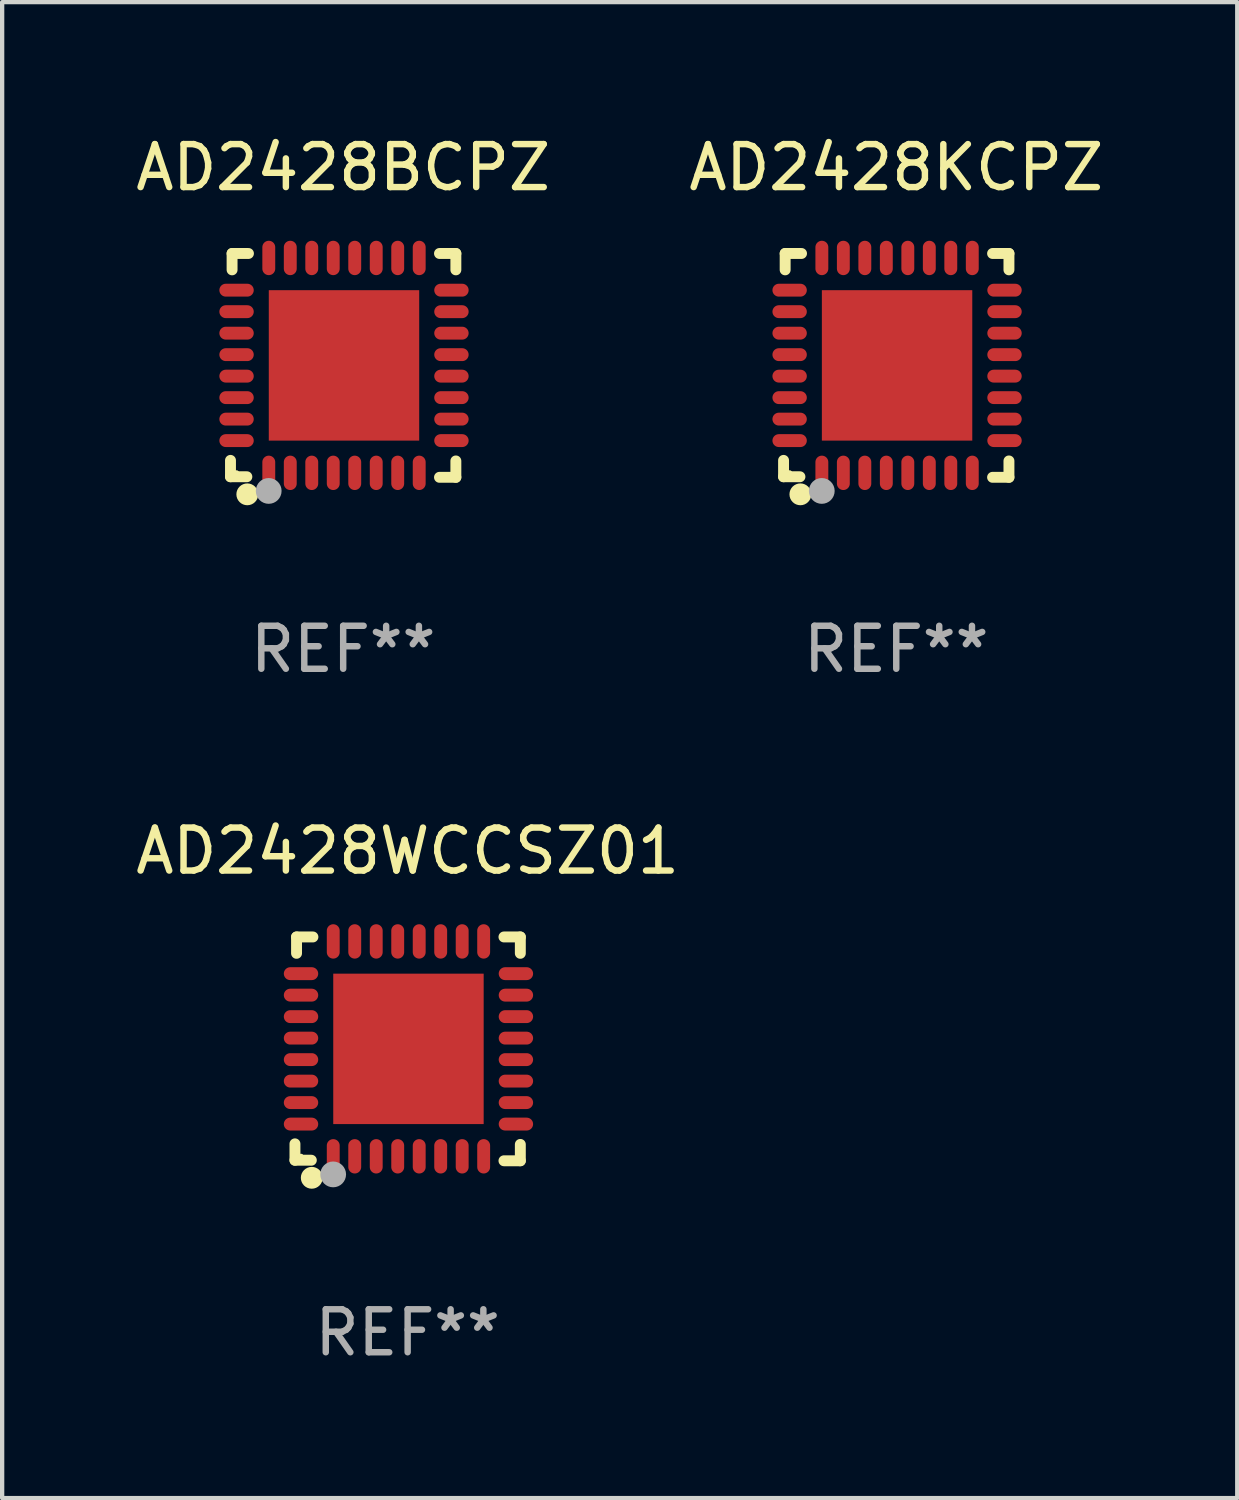
<source format=kicad_pcb>
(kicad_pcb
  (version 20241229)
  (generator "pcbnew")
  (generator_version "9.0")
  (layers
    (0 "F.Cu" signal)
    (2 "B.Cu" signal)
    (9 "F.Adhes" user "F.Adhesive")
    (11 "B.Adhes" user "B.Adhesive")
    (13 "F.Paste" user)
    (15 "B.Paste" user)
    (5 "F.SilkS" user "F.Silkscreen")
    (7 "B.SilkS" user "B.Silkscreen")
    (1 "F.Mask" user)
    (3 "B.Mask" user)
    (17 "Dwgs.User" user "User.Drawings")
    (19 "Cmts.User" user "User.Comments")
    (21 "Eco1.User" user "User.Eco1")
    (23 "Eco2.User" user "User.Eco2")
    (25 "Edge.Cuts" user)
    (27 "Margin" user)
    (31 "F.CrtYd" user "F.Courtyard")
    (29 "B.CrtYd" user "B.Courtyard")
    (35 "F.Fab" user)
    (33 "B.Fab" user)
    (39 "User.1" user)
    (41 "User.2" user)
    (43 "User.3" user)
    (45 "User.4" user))
  (footprint "AD2428BCPZ"
    (layer "F.Cu")
    (at 4.935 5.452)
    (property "Reference" "AD2428BCPZ" (at 0 -4.604 0) (layer "F.SilkS") (effects (font (size 1 1) (thickness 0.15))))
    (attr through_hole)
    (fp_line (start -2.622 2.21) (end -2.622 2.591) (stroke (width 0.254) (type solid)) (layer "F.SilkS"))
    (fp_line (start -2.622 2.591) (end -2.241 2.591) (stroke (width 0.254) (type solid)) (layer "F.SilkS"))
    (fp_line (start -2.585 -2.604) (end -2.585 -2.223) (stroke (width 0.254) (type solid)) (layer "F.SilkS"))
    (fp_line (start -2.204 -2.604) (end -2.585 -2.604) (stroke (width 0.254) (type solid)) (layer "F.SilkS"))
    (fp_line (start 2.241 2.604) (end 2.622 2.604) (stroke (width 0.254) (type solid)) (layer "F.SilkS"))
    (fp_line (start 2.622 -2.604) (end 2.241 -2.604) (stroke (width 0.254) (type solid)) (layer "F.SilkS"))
    (fp_line (start 2.622 -2.223) (end 2.622 -2.604) (stroke (width 0.254) (type solid)) (layer "F.SilkS"))
    (fp_line (start 2.622 2.604) (end 2.622 2.223) (stroke (width 0.254) (type solid)) (layer "F.SilkS"))
    (fp_circle (center -2.481 2.5) (end -2.451 2.5) (stroke (width 0.06) (type solid)) (fill no) (layer "F.SilkS"))
    (fp_circle (center -2.231 3) (end -2.104 3) (stroke (width 0.254) (type solid)) (fill no) (layer "F.SilkS"))
    (fp_circle (center -1.733 2.921) (end -1.583 2.921) (stroke (width 0.3) (type solid)) (fill no) (layer "F.Fab"))
    (fp_text user "REF**" (at 0 6.604 0) (layer "F.Fab") (effects (font (size 1 1) (thickness 0.15))))
    (pad "1" smd oval (at -1.731 2.5 90) (size 0.8 0.3) (layers "F.Cu" "F.Mask" "F.Paste"))
    (pad "2" smd oval (at -1.231 2.5 90) (size 0.8 0.3) (layers "F.Cu" "F.Mask" "F.Paste"))
    (pad "3" smd oval (at -0.731 2.5 90) (size 0.8 0.3) (layers "F.Cu" "F.Mask" "F.Paste"))
    (pad "4" smd oval (at -0.231 2.5 90) (size 0.8 0.3) (layers "F.Cu" "F.Mask" "F.Paste"))
    (pad "5" smd oval (at 0.269 2.5 90) (size 0.8 0.3) (layers "F.Cu" "F.Mask" "F.Paste"))
    (pad "6" smd oval (at 0.769 2.5 90) (size 0.8 0.3) (layers "F.Cu" "F.Mask" "F.Paste"))
    (pad "7" smd oval (at 1.269 2.5 90) (size 0.8 0.3) (layers "F.Cu" "F.Mask" "F.Paste"))
    (pad "8" smd oval (at 1.769 2.5 90) (size 0.8 0.3) (layers "F.Cu" "F.Mask" "F.Paste"))
    (pad "9" smd oval (at 2.519 1.75 180) (size 0.8 0.3) (layers "F.Cu" "F.Mask" "F.Paste"))
    (pad "10" smd oval (at 2.519 1.25 180) (size 0.8 0.3) (layers "F.Cu" "F.Mask" "F.Paste"))
    (pad "11" smd oval (at 2.519 0.75 180) (size 0.8 0.3) (layers "F.Cu" "F.Mask" "F.Paste"))
    (pad "12" smd oval (at 2.519 0.25 180) (size 0.8 0.3) (layers "F.Cu" "F.Mask" "F.Paste"))
    (pad "13" smd oval (at 2.519 -0.25 180) (size 0.8 0.3) (layers "F.Cu" "F.Mask" "F.Paste"))
    (pad "14" smd oval (at 2.519 -0.75 180) (size 0.8 0.3) (layers "F.Cu" "F.Mask" "F.Paste"))
    (pad "15" smd oval (at 2.519 -1.25 180) (size 0.8 0.3) (layers "F.Cu" "F.Mask" "F.Paste"))
    (pad "16" smd oval (at 2.519 -1.75 180) (size 0.8 0.3) (layers "F.Cu" "F.Mask" "F.Paste"))
    (pad "17" smd oval (at 1.769 -2.5 270) (size 0.8 0.3) (layers "F.Cu" "F.Mask" "F.Paste"))
    (pad "18" smd oval (at 1.269 -2.5 270) (size 0.8 0.3) (layers "F.Cu" "F.Mask" "F.Paste"))
    (pad "19" smd oval (at 0.769 -2.5 270) (size 0.8 0.3) (layers "F.Cu" "F.Mask" "F.Paste"))
    (pad "20" smd oval (at 0.269 -2.5 270) (size 0.8 0.3) (layers "F.Cu" "F.Mask" "F.Paste"))
    (pad "21" smd oval (at -0.231 -2.5 270) (size 0.8 0.3) (layers "F.Cu" "F.Mask" "F.Paste"))
    (pad "22" smd oval (at -0.731 -2.5 270) (size 0.8 0.3) (layers "F.Cu" "F.Mask" "F.Paste"))
    (pad "23" smd oval (at -1.231 -2.5 270) (size 0.8 0.3) (layers "F.Cu" "F.Mask" "F.Paste"))
    (pad "24" smd oval (at -1.731 -2.5 270) (size 0.8 0.3) (layers "F.Cu" "F.Mask" "F.Paste"))
    (pad "25" smd oval (at -2.481 -1.75) (size 0.8 0.3) (layers "F.Cu" "F.Mask" "F.Paste"))
    (pad "26" smd oval (at -2.481 -1.25) (size 0.8 0.3) (layers "F.Cu" "F.Mask" "F.Paste"))
    (pad "27" smd oval (at -2.481 -0.75) (size 0.8 0.3) (layers "F.Cu" "F.Mask" "F.Paste"))
    (pad "28" smd oval (at -2.481 -0.25) (size 0.8 0.3) (layers "F.Cu" "F.Mask" "F.Paste"))
    (pad "29" smd oval (at -2.481 0.25) (size 0.8 0.3) (layers "F.Cu" "F.Mask" "F.Paste"))
    (pad "30" smd oval (at -2.481 0.75) (size 0.8 0.3) (layers "F.Cu" "F.Mask" "F.Paste"))
    (pad "31" smd oval (at -2.481 1.25) (size 0.8 0.3) (layers "F.Cu" "F.Mask" "F.Paste"))
    (pad "32" smd oval (at -2.481 1.75) (size 0.8 0.3) (layers "F.Cu" "F.Mask" "F.Paste"))
    (pad "33" smd rect (at 0.019 -0.000025 90) (size 3.5 3.5) (layers "F.Cu" "F.Mask" "F.Paste")))
  (footprint "AD2428WCCSZ01"
    (layer "F.Cu")
    (at 6.435 21.355)
    (property "Reference" "AD2428WCCSZ01" (at 0 -4.604 0) (layer "F.SilkS") (effects (font (size 1 1) (thickness 0.15))))
    (attr through_hole)
    (fp_line (start -2.622 2.21) (end -2.622 2.591) (stroke (width 0.254) (type solid)) (layer "F.SilkS"))
    (fp_line (start -2.622 2.591) (end -2.241 2.591) (stroke (width 0.254) (type solid)) (layer "F.SilkS"))
    (fp_line (start -2.585 -2.604) (end -2.585 -2.223) (stroke (width 0.254) (type solid)) (layer "F.SilkS"))
    (fp_line (start -2.204 -2.604) (end -2.585 -2.604) (stroke (width 0.254) (type solid)) (layer "F.SilkS"))
    (fp_line (start 2.241 2.604) (end 2.622 2.604) (stroke (width 0.254) (type solid)) (layer "F.SilkS"))
    (fp_line (start 2.622 -2.604) (end 2.241 -2.604) (stroke (width 0.254) (type solid)) (layer "F.SilkS"))
    (fp_line (start 2.622 -2.223) (end 2.622 -2.604) (stroke (width 0.254) (type solid)) (layer "F.SilkS"))
    (fp_line (start 2.622 2.604) (end 2.622 2.223) (stroke (width 0.254) (type solid)) (layer "F.SilkS"))
    (fp_circle (center -2.481 2.5) (end -2.451 2.5) (stroke (width 0.06) (type solid)) (fill no) (layer "F.SilkS"))
    (fp_circle (center -2.231 3) (end -2.104 3) (stroke (width 0.254) (type solid)) (fill no) (layer "F.SilkS"))
    (fp_circle (center -1.733 2.921) (end -1.583 2.921) (stroke (width 0.3) (type solid)) (fill no) (layer "F.Fab"))
    (fp_text user "REF**" (at 0 6.604 0) (layer "F.Fab") (effects (font (size 1 1) (thickness 0.15))))
    (pad "1" smd oval (at -1.731 2.5 90) (size 0.8 0.3) (layers "F.Cu" "F.Mask" "F.Paste"))
    (pad "2" smd oval (at -1.231 2.5 90) (size 0.8 0.3) (layers "F.Cu" "F.Mask" "F.Paste"))
    (pad "3" smd oval (at -0.731 2.5 90) (size 0.8 0.3) (layers "F.Cu" "F.Mask" "F.Paste"))
    (pad "4" smd oval (at -0.231 2.5 90) (size 0.8 0.3) (layers "F.Cu" "F.Mask" "F.Paste"))
    (pad "5" smd oval (at 0.269 2.5 90) (size 0.8 0.3) (layers "F.Cu" "F.Mask" "F.Paste"))
    (pad "6" smd oval (at 0.769 2.5 90) (size 0.8 0.3) (layers "F.Cu" "F.Mask" "F.Paste"))
    (pad "7" smd oval (at 1.269 2.5 90) (size 0.8 0.3) (layers "F.Cu" "F.Mask" "F.Paste"))
    (pad "8" smd oval (at 1.769 2.5 90) (size 0.8 0.3) (layers "F.Cu" "F.Mask" "F.Paste"))
    (pad "9" smd oval (at 2.519 1.75 180) (size 0.8 0.3) (layers "F.Cu" "F.Mask" "F.Paste"))
    (pad "10" smd oval (at 2.519 1.25 180) (size 0.8 0.3) (layers "F.Cu" "F.Mask" "F.Paste"))
    (pad "11" smd oval (at 2.519 0.75 180) (size 0.8 0.3) (layers "F.Cu" "F.Mask" "F.Paste"))
    (pad "12" smd oval (at 2.519 0.25 180) (size 0.8 0.3) (layers "F.Cu" "F.Mask" "F.Paste"))
    (pad "13" smd oval (at 2.519 -0.25 180) (size 0.8 0.3) (layers "F.Cu" "F.Mask" "F.Paste"))
    (pad "14" smd oval (at 2.519 -0.75 180) (size 0.8 0.3) (layers "F.Cu" "F.Mask" "F.Paste"))
    (pad "15" smd oval (at 2.519 -1.25 180) (size 0.8 0.3) (layers "F.Cu" "F.Mask" "F.Paste"))
    (pad "16" smd oval (at 2.519 -1.75 180) (size 0.8 0.3) (layers "F.Cu" "F.Mask" "F.Paste"))
    (pad "17" smd oval (at 1.769 -2.5 270) (size 0.8 0.3) (layers "F.Cu" "F.Mask" "F.Paste"))
    (pad "18" smd oval (at 1.269 -2.5 270) (size 0.8 0.3) (layers "F.Cu" "F.Mask" "F.Paste"))
    (pad "19" smd oval (at 0.769 -2.5 270) (size 0.8 0.3) (layers "F.Cu" "F.Mask" "F.Paste"))
    (pad "20" smd oval (at 0.269 -2.5 270) (size 0.8 0.3) (layers "F.Cu" "F.Mask" "F.Paste"))
    (pad "21" smd oval (at -0.231 -2.5 270) (size 0.8 0.3) (layers "F.Cu" "F.Mask" "F.Paste"))
    (pad "22" smd oval (at -0.731 -2.5 270) (size 0.8 0.3) (layers "F.Cu" "F.Mask" "F.Paste"))
    (pad "23" smd oval (at -1.231 -2.5 270) (size 0.8 0.3) (layers "F.Cu" "F.Mask" "F.Paste"))
    (pad "24" smd oval (at -1.731 -2.5 270) (size 0.8 0.3) (layers "F.Cu" "F.Mask" "F.Paste"))
    (pad "25" smd oval (at -2.481 -1.75) (size 0.8 0.3) (layers "F.Cu" "F.Mask" "F.Paste"))
    (pad "26" smd oval (at -2.481 -1.25) (size 0.8 0.3) (layers "F.Cu" "F.Mask" "F.Paste"))
    (pad "27" smd oval (at -2.481 -0.75) (size 0.8 0.3) (layers "F.Cu" "F.Mask" "F.Paste"))
    (pad "28" smd oval (at -2.481 -0.25) (size 0.8 0.3) (layers "F.Cu" "F.Mask" "F.Paste"))
    (pad "29" smd oval (at -2.481 0.25) (size 0.8 0.3) (layers "F.Cu" "F.Mask" "F.Paste"))
    (pad "30" smd oval (at -2.481 0.75) (size 0.8 0.3) (layers "F.Cu" "F.Mask" "F.Paste"))
    (pad "31" smd oval (at -2.481 1.25) (size 0.8 0.3) (layers "F.Cu" "F.Mask" "F.Paste"))
    (pad "32" smd oval (at -2.481 1.75) (size 0.8 0.3) (layers "F.Cu" "F.Mask" "F.Paste"))
    (pad "33" smd rect (at 0.019 -0.000025 90) (size 3.5 3.5) (layers "F.Cu" "F.Mask" "F.Paste")))
  (footprint "AD2428KCPZ"
    (layer "F.Cu")
    (at 17.804 5.452)
    (property "Reference" "AD2428KCPZ" (at 0 -4.604 0) (layer "F.SilkS") (effects (font (size 1 1) (thickness 0.15))))
    (attr through_hole)
    (fp_line (start -2.622 2.21) (end -2.622 2.591) (stroke (width 0.254) (type solid)) (layer "F.SilkS"))
    (fp_line (start -2.622 2.591) (end -2.241 2.591) (stroke (width 0.254) (type solid)) (layer "F.SilkS"))
    (fp_line (start -2.585 -2.604) (end -2.585 -2.223) (stroke (width 0.254) (type solid)) (layer "F.SilkS"))
    (fp_line (start -2.204 -2.604) (end -2.585 -2.604) (stroke (width 0.254) (type solid)) (layer "F.SilkS"))
    (fp_line (start 2.241 2.604) (end 2.622 2.604) (stroke (width 0.254) (type solid)) (layer "F.SilkS"))
    (fp_line (start 2.622 -2.604) (end 2.241 -2.604) (stroke (width 0.254) (type solid)) (layer "F.SilkS"))
    (fp_line (start 2.622 -2.223) (end 2.622 -2.604) (stroke (width 0.254) (type solid)) (layer "F.SilkS"))
    (fp_line (start 2.622 2.604) (end 2.622 2.223) (stroke (width 0.254) (type solid)) (layer "F.SilkS"))
    (fp_circle (center -2.481 2.5) (end -2.451 2.5) (stroke (width 0.06) (type solid)) (fill no) (layer "F.SilkS"))
    (fp_circle (center -2.231 3) (end -2.104 3) (stroke (width 0.254) (type solid)) (fill no) (layer "F.SilkS"))
    (fp_circle (center -1.733 2.921) (end -1.583 2.921) (stroke (width 0.3) (type solid)) (fill no) (layer "F.Fab"))
    (fp_text user "REF**" (at 0 6.604 0) (layer "F.Fab") (effects (font (size 1 1) (thickness 0.15))))
    (pad "1" smd oval (at -1.731 2.5 90) (size 0.8 0.3) (layers "F.Cu" "F.Mask" "F.Paste"))
    (pad "2" smd oval (at -1.231 2.5 90) (size 0.8 0.3) (layers "F.Cu" "F.Mask" "F.Paste"))
    (pad "3" smd oval (at -0.731 2.5 90) (size 0.8 0.3) (layers "F.Cu" "F.Mask" "F.Paste"))
    (pad "4" smd oval (at -0.231 2.5 90) (size 0.8 0.3) (layers "F.Cu" "F.Mask" "F.Paste"))
    (pad "5" smd oval (at 0.269 2.5 90) (size 0.8 0.3) (layers "F.Cu" "F.Mask" "F.Paste"))
    (pad "6" smd oval (at 0.769 2.5 90) (size 0.8 0.3) (layers "F.Cu" "F.Mask" "F.Paste"))
    (pad "7" smd oval (at 1.269 2.5 90) (size 0.8 0.3) (layers "F.Cu" "F.Mask" "F.Paste"))
    (pad "8" smd oval (at 1.769 2.5 90) (size 0.8 0.3) (layers "F.Cu" "F.Mask" "F.Paste"))
    (pad "9" smd oval (at 2.519 1.75 180) (size 0.8 0.3) (layers "F.Cu" "F.Mask" "F.Paste"))
    (pad "10" smd oval (at 2.519 1.25 180) (size 0.8 0.3) (layers "F.Cu" "F.Mask" "F.Paste"))
    (pad "11" smd oval (at 2.519 0.75 180) (size 0.8 0.3) (layers "F.Cu" "F.Mask" "F.Paste"))
    (pad "12" smd oval (at 2.519 0.25 180) (size 0.8 0.3) (layers "F.Cu" "F.Mask" "F.Paste"))
    (pad "13" smd oval (at 2.519 -0.25 180) (size 0.8 0.3) (layers "F.Cu" "F.Mask" "F.Paste"))
    (pad "14" smd oval (at 2.519 -0.75 180) (size 0.8 0.3) (layers "F.Cu" "F.Mask" "F.Paste"))
    (pad "15" smd oval (at 2.519 -1.25 180) (size 0.8 0.3) (layers "F.Cu" "F.Mask" "F.Paste"))
    (pad "16" smd oval (at 2.519 -1.75 180) (size 0.8 0.3) (layers "F.Cu" "F.Mask" "F.Paste"))
    (pad "17" smd oval (at 1.769 -2.5 270) (size 0.8 0.3) (layers "F.Cu" "F.Mask" "F.Paste"))
    (pad "18" smd oval (at 1.269 -2.5 270) (size 0.8 0.3) (layers "F.Cu" "F.Mask" "F.Paste"))
    (pad "19" smd oval (at 0.769 -2.5 270) (size 0.8 0.3) (layers "F.Cu" "F.Mask" "F.Paste"))
    (pad "20" smd oval (at 0.269 -2.5 270) (size 0.8 0.3) (layers "F.Cu" "F.Mask" "F.Paste"))
    (pad "21" smd oval (at -0.231 -2.5 270) (size 0.8 0.3) (layers "F.Cu" "F.Mask" "F.Paste"))
    (pad "22" smd oval (at -0.731 -2.5 270) (size 0.8 0.3) (layers "F.Cu" "F.Mask" "F.Paste"))
    (pad "23" smd oval (at -1.231 -2.5 270) (size 0.8 0.3) (layers "F.Cu" "F.Mask" "F.Paste"))
    (pad "24" smd oval (at -1.731 -2.5 270) (size 0.8 0.3) (layers "F.Cu" "F.Mask" "F.Paste"))
    (pad "25" smd oval (at -2.481 -1.75) (size 0.8 0.3) (layers "F.Cu" "F.Mask" "F.Paste"))
    (pad "26" smd oval (at -2.481 -1.25) (size 0.8 0.3) (layers "F.Cu" "F.Mask" "F.Paste"))
    (pad "27" smd oval (at -2.481 -0.75) (size 0.8 0.3) (layers "F.Cu" "F.Mask" "F.Paste"))
    (pad "28" smd oval (at -2.481 -0.25) (size 0.8 0.3) (layers "F.Cu" "F.Mask" "F.Paste"))
    (pad "29" smd oval (at -2.481 0.25) (size 0.8 0.3) (layers "F.Cu" "F.Mask" "F.Paste"))
    (pad "30" smd oval (at -2.481 0.75) (size 0.8 0.3) (layers "F.Cu" "F.Mask" "F.Paste"))
    (pad "31" smd oval (at -2.481 1.25) (size 0.8 0.3) (layers "F.Cu" "F.Mask" "F.Paste"))
    (pad "32" smd oval (at -2.481 1.75) (size 0.8 0.3) (layers "F.Cu" "F.Mask" "F.Paste"))
    (pad "33" smd rect (at 0.019 -0.000025 90) (size 3.5 3.5) (layers "F.Cu" "F.Mask" "F.Paste")))
  (gr_rect
    (start -3 -3)
    (end 25.738 31.807)
    (stroke (width 0.1) (type default))
    (fill no)
    (layer "Edge.Cuts")))
</source>
